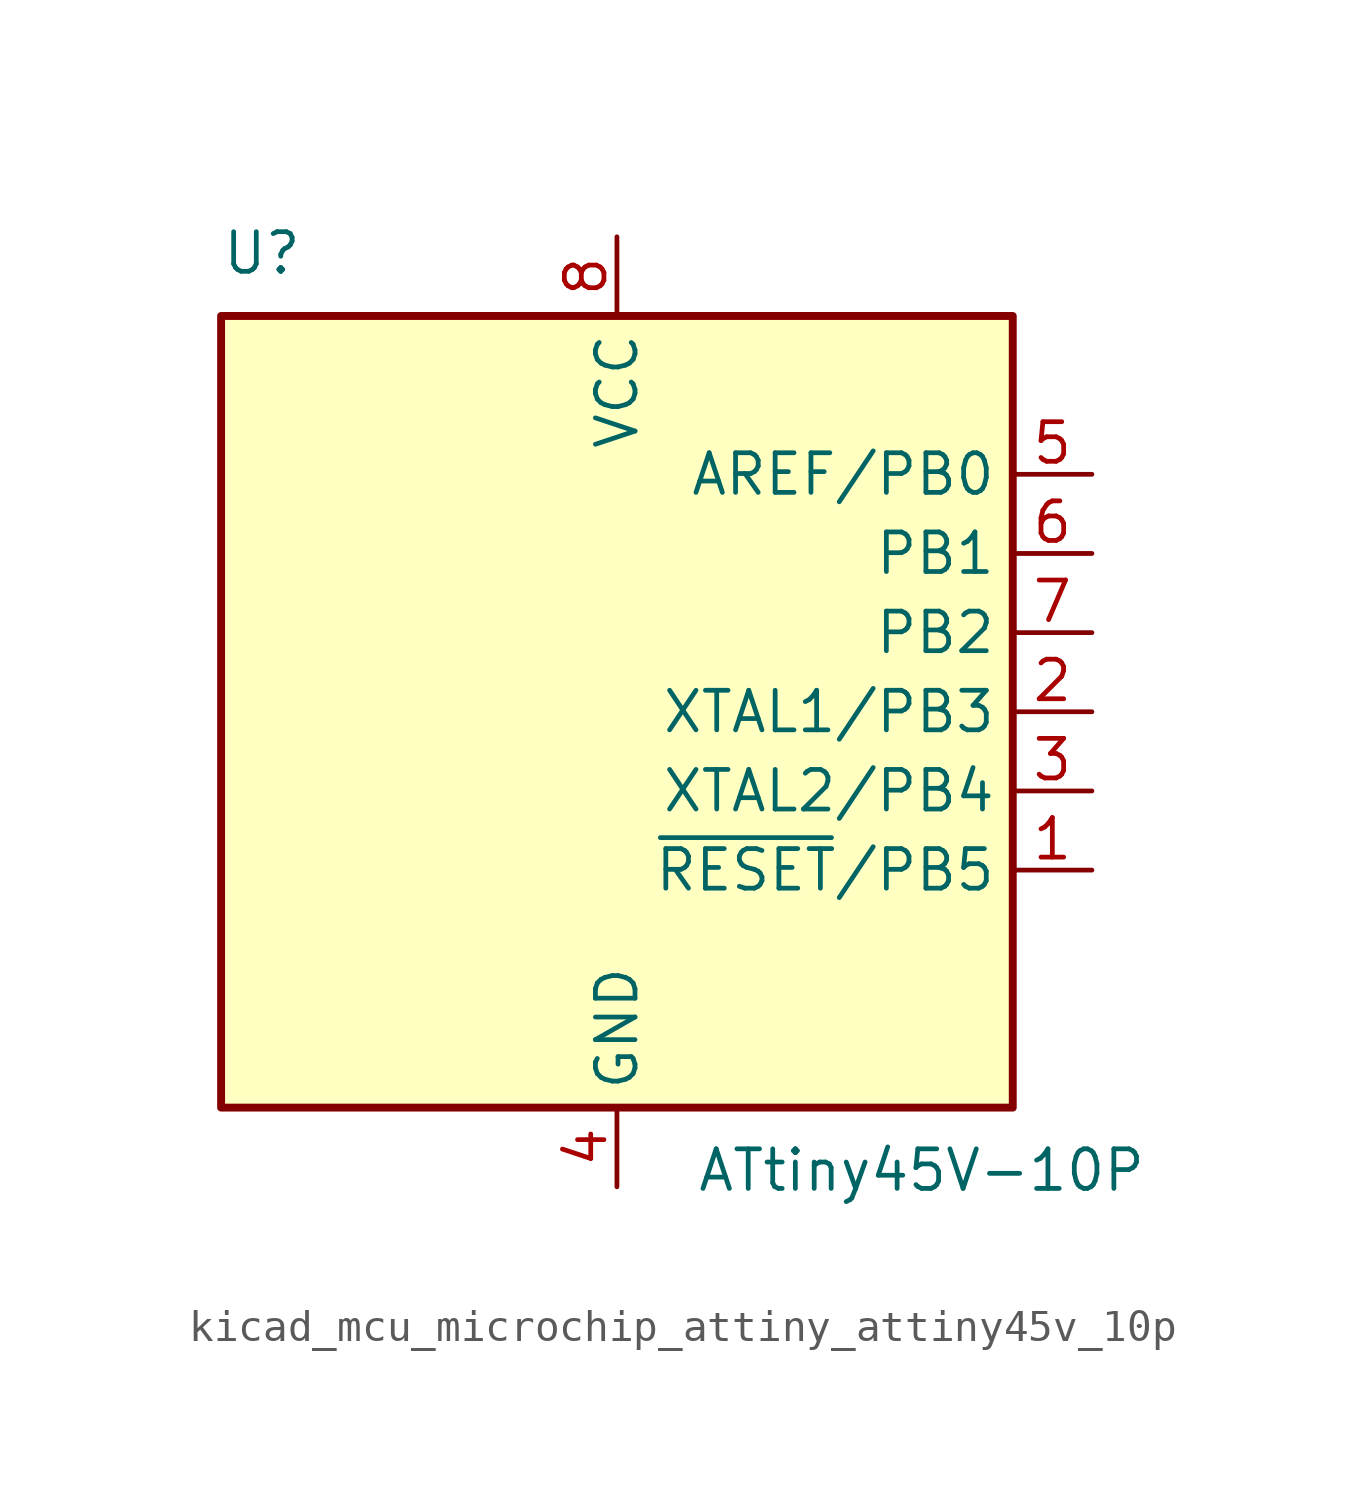
<source format=kicad_sym>
(kicad_symbol_lib
  (version 20220914)
  (generator kicad_symbol_editor)
  (symbol "kicad_mcu_microchip_attiny_attiny45v_10p"
    (property "Reference" "U"
      (at -12.7 13.97 0)
      (effects (font (size 1.27 1.27)) (justify left bottom)))
    (property "Value" "ATtiny45V-10P"
      (at 2.54 -13.97 0)
      (effects (font (size 1.27 1.27)) (justify left top)))
    (symbol "kicad_mcu_microchip_attiny_attiny45v_10p_0_1"
      (rectangle (start -12.7 -12.7) (end 12.7 12.7) (stroke (width 0.254) (type default)) (fill (type background))))
    (symbol "kicad_mcu_microchip_attiny_attiny45v_10p_1_1"
      (pin bidirectional line (at 15.24 -5.08 180) (length 2.54) (name "~{RESET}/PB5" (effects (font (size 1.27 1.27)))) (number "1" (effects (font (size 1.27 1.27)))))
      (pin bidirectional line (at 15.24 0 180) (length 2.54) (name "XTAL1/PB3" (effects (font (size 1.27 1.27)))) (number "2" (effects (font (size 1.27 1.27)))))
      (pin bidirectional line (at 15.24 -2.54 180) (length 2.54) (name "XTAL2/PB4" (effects (font (size 1.27 1.27)))) (number "3" (effects (font (size 1.27 1.27)))))
      (pin power_in line (at 0 -15.24 90) (length 2.54) (name "GND" (effects (font (size 1.27 1.27)))) (number "4" (effects (font (size 1.27 1.27)))))
      (pin bidirectional line (at 15.24 7.62 180) (length 2.54) (name "AREF/PB0" (effects (font (size 1.27 1.27)))) (number "5" (effects (font (size 1.27 1.27)))))
      (pin bidirectional line (at 15.24 5.08 180) (length 2.54) (name "PB1" (effects (font (size 1.27 1.27)))) (number "6" (effects (font (size 1.27 1.27)))))
      (pin bidirectional line (at 15.24 2.54 180) (length 2.54) (name "PB2" (effects (font (size 1.27 1.27)))) (number "7" (effects (font (size 1.27 1.27)))))
      (pin power_in line (at 0 15.24 270) (length 2.54) (name "VCC" (effects (font (size 1.27 1.27)))) (number "8" (effects (font (size 1.27 1.27))))))))
</source>
